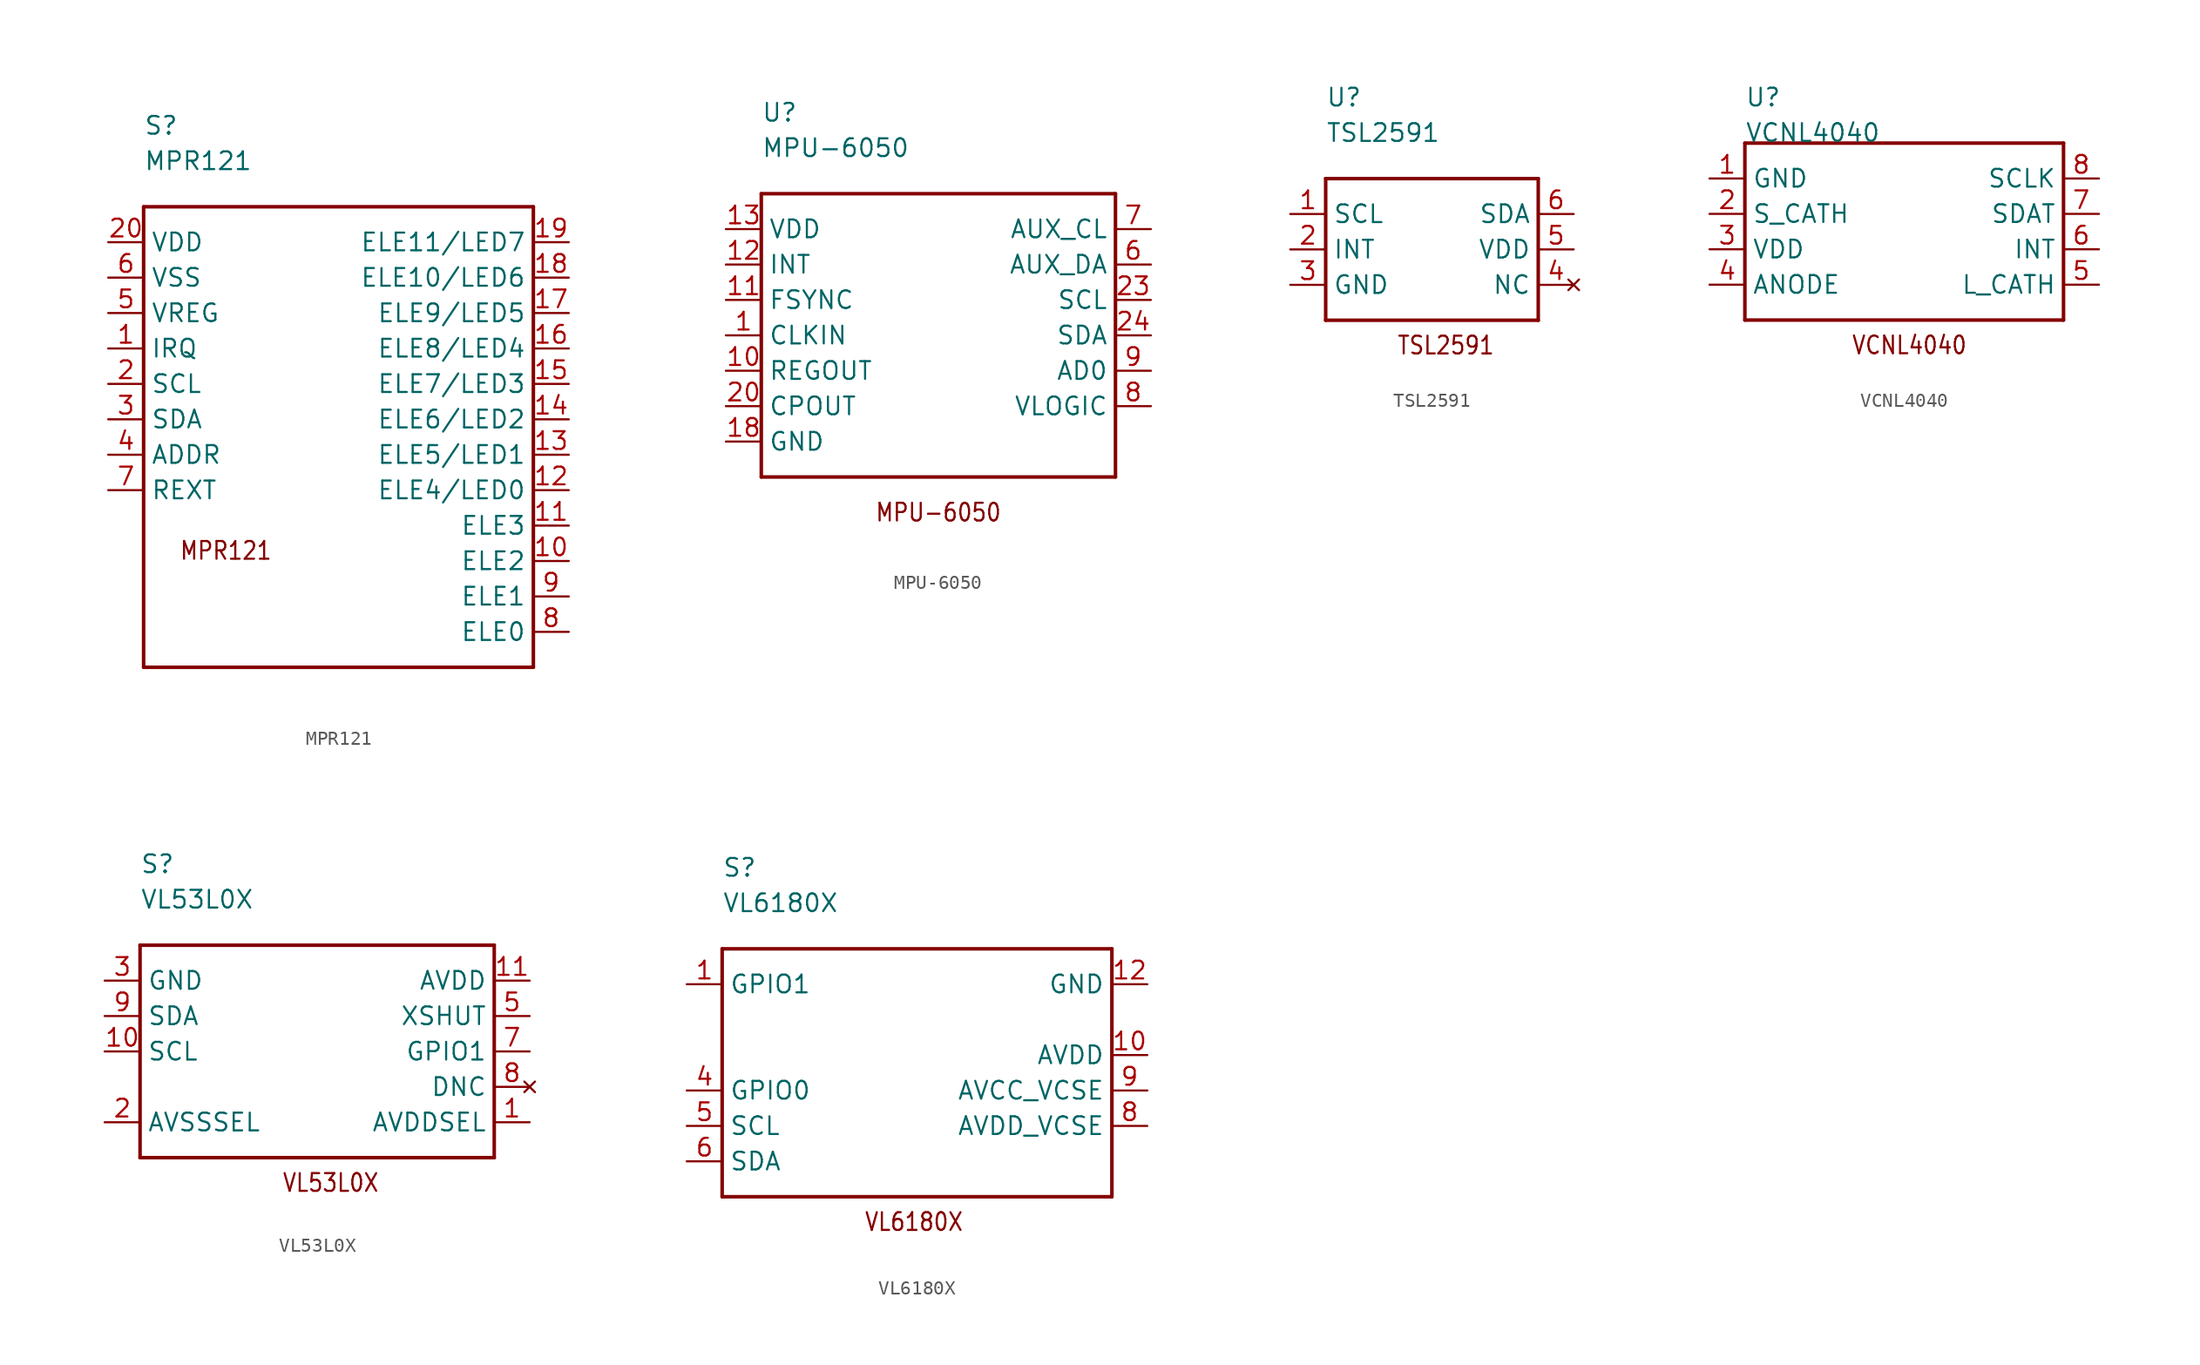
<source format=kicad_sym>
(kicad_symbol_lib
  (version 20211014)
  (generator kicad_symbol_editor)
  (symbol "MPR121"
    (pin_names)
    (property "Reference" "S"
      (at -12.7 20.32 0)
      (effects (font (size 1.27 1.27)) (justify left bottom)))
    (property "Value" "MPR121"
      (at -12.7 17.78 0)
      (effects (font (size 1.27 1.27)) (justify left bottom)))
    (property "Datasheet" ""
      (at 0 0 0))
    (property "ki_description" "MPR121  - IC CTLR TOUCH SENSOR 20-QFN   Technical Specifications:    Voltage Supply: 2v - 3.6v   Inputs: up to 12       Component Search:  [DATA SHEET NAME]   Datasheet:  MPR121 "
      (at 0 0 0))
    (property "ki_fp_filters" "FlashPCB_Sensors:20-QFN(3X3)"
      (at 0 0 0))
    (symbol "MPR121_1_1"
      (text "MPR121" (at -10.16 -10.16 0) (effects (font (size 1.27 1.086)) (justify left bottom)))
      (polyline (pts (xy -12.7 15.24) (xy 15.24 15.24)) (stroke (width 0.254)) (fill (type none)))
      (polyline (pts (xy 15.24 15.24) (xy 15.24 -17.78)) (stroke (width 0.254)) (fill (type none)))
      (polyline (pts (xy 15.24 -17.78) (xy -12.7 -17.78)) (stroke (width 0.254)) (fill (type none)))
      (polyline (pts (xy -12.7 -17.78) (xy -12.7 15.24)) (stroke (width 0.254)) (fill (type none)))
      (pin bidirectional line (at -15.24 5.08 0) (length 2.54) (name "IRQ" (effects (font (size 1.27 1.27)))) (number "1" (effects (font (size 1.27 1.27)))))
      (pin bidirectional line (at -15.24 2.54 0) (length 2.54) (name "SCL" (effects (font (size 1.27 1.27)))) (number "2" (effects (font (size 1.27 1.27)))))
      (pin bidirectional line (at -15.24 0 0) (length 2.54) (name "SDA" (effects (font (size 1.27 1.27)))) (number "3" (effects (font (size 1.27 1.27)))))
      (pin power_in line (at -15.24 -2.54 0) (length 2.54) (name "ADDR" (effects (font (size 1.27 1.27)))) (number "4" (effects (font (size 1.27 1.27)))))
      (pin power_in line (at -15.24 7.62 0) (length 2.54) (name "VREG" (effects (font (size 1.27 1.27)))) (number "5" (effects (font (size 1.27 1.27)))))
      (pin power_in line (at -15.24 10.16 0) (length 2.54) (name "VSS" (effects (font (size 1.27 1.27)))) (number "6" (effects (font (size 1.27 1.27)))))
      (pin power_in line (at -15.24 -5.08 0) (length 2.54) (name "REXT" (effects (font (size 1.27 1.27)))) (number "7" (effects (font (size 1.27 1.27)))))
      (pin bidirectional line (at 17.78 -15.24 180) (length 2.54) (name "ELE0" (effects (font (size 1.27 1.27)))) (number "8" (effects (font (size 1.27 1.27)))))
      (pin bidirectional line (at 17.78 -12.7 180) (length 2.54) (name "ELE1" (effects (font (size 1.27 1.27)))) (number "9" (effects (font (size 1.27 1.27)))))
      (pin bidirectional line (at 17.78 -10.16 180) (length 2.54) (name "ELE2" (effects (font (size 1.27 1.27)))) (number "10" (effects (font (size 1.27 1.27)))))
      (pin bidirectional line (at 17.78 -7.62 180) (length 2.54) (name "ELE3" (effects (font (size 1.27 1.27)))) (number "11" (effects (font (size 1.27 1.27)))))
      (pin bidirectional line (at 17.78 -5.08 180) (length 2.54) (name "ELE4/LED0" (effects (font (size 1.27 1.27)))) (number "12" (effects (font (size 1.27 1.27)))))
      (pin bidirectional line (at 17.78 -2.54 180) (length 2.54) (name "ELE5/LED1" (effects (font (size 1.27 1.27)))) (number "13" (effects (font (size 1.27 1.27)))))
      (pin bidirectional line (at 17.78 0 180) (length 2.54) (name "ELE6/LED2" (effects (font (size 1.27 1.27)))) (number "14" (effects (font (size 1.27 1.27)))))
      (pin bidirectional line (at 17.78 2.54 180) (length 2.54) (name "ELE7/LED3" (effects (font (size 1.27 1.27)))) (number "15" (effects (font (size 1.27 1.27)))))
      (pin bidirectional line (at 17.78 5.08 180) (length 2.54) (name "ELE8/LED4" (effects (font (size 1.27 1.27)))) (number "16" (effects (font (size 1.27 1.27)))))
      (pin bidirectional line (at 17.78 7.62 180) (length 2.54) (name "ELE9/LED5" (effects (font (size 1.27 1.27)))) (number "17" (effects (font (size 1.27 1.27)))))
      (pin bidirectional line (at 17.78 10.16 180) (length 2.54) (name "ELE10/LED6" (effects (font (size 1.27 1.27)))) (number "18" (effects (font (size 1.27 1.27)))))
      (pin bidirectional line (at 17.78 12.7 180) (length 2.54) (name "ELE11/LED7" (effects (font (size 1.27 1.27)))) (number "19" (effects (font (size 1.27 1.27)))))
      (pin power_in line (at -15.24 12.7 0) (length 2.54) (name "VDD" (effects (font (size 1.27 1.27)))) (number "20" (effects (font (size 1.27 1.27)))))))
  (symbol "MPU-6050"
    (pin_names)
    (property "Reference" "U"
      (at -12.7 17.78 0)
      (effects (font (size 1.27 1.27)) (justify left bottom)))
    (property "Value" "MPU-6050"
      (at -12.7 15.24 0)
      (effects (font (size 1.27 1.27)) (justify left bottom)))
    (property "Datasheet" ""
      (at 0 0 0))
    (property "ki_description" "MPU-6050  - Accelerometer, Gyroscope, 6 Axis Sensor IÃƒÆ’Ã¢â‚¬Å¡Ãƒâ€šÃ‚Â²C Output   Technical Specifications:    Gyroscope range: +/-250deg/s to +/-2000deg/sec   Accelerolmeter range: +/-2g to +/-16g       Component Search:  [DATA SHEET NAME]   Datasheet:  MPU-6000-Datasheet1 "
      (at 0 0 0))
    (property "ki_fp_filters" "FlashPCB_Sensors:24-QFN(4X4)-MPU60X0"
      (at 0 0 0))
    (symbol "MPU-6050_1_1"
      (text "MPU-6050" (at 0 -10.16 0) (effects (font (size 1.27 1.086))))
      (polyline (pts (xy -12.7 12.7) (xy 12.7 12.7)) (stroke (width 0.254)) (fill (type none)))
      (polyline (pts (xy 12.7 12.7) (xy 12.7 -7.62)) (stroke (width 0.254)) (fill (type none)))
      (polyline (pts (xy 12.7 -7.62) (xy -12.7 -7.62)) (stroke (width 0.254)) (fill (type none)))
      (polyline (pts (xy -12.7 -7.62) (xy -12.7 12.7)) (stroke (width 0.254)) (fill (type none)))
      (pin bidirectional line (at -15.24 2.54 0) (length 2.54) (name "CLKIN" (effects (font (size 1.27 1.27)))) (number "1" (effects (font (size 1.27 1.27)))))
      (pin bidirectional line (at -15.24 -2.54 0) (length 2.54) (name "CPOUT" (effects (font (size 1.27 1.27)))) (number "20" (effects (font (size 1.27 1.27)))))
      (pin power_in line (at -15.24 10.16 0) (length 2.54) (name "VDD" (effects (font (size 1.27 1.27)))) (number "13" (effects (font (size 1.27 1.27)))))
      (pin power_in line (at -15.24 -5.08 0) (length 2.54) (name "GND" (effects (font (size 1.27 1.27)))) (number "18" (effects (font (size 1.27 1.27)))))
      (pin power_in line (at -15.24 0 0) (length 2.54) (name "REGOUT" (effects (font (size 1.27 1.27)))) (number "10" (effects (font (size 1.27 1.27)))))
      (pin power_in line (at 15.24 -2.54 180) (length 2.54) (name "VLOGIC" (effects (font (size 1.27 1.27)))) (number "8" (effects (font (size 1.27 1.27)))))
      (pin bidirectional line (at -15.24 5.08 0) (length 2.54) (name "FSYNC" (effects (font (size 1.27 1.27)))) (number "11" (effects (font (size 1.27 1.27)))))
      (pin bidirectional line (at 15.24 7.62 180) (length 2.54) (name "AUX_DA" (effects (font (size 1.27 1.27)))) (number "6" (effects (font (size 1.27 1.27)))))
      (pin bidirectional line (at 15.24 10.16 180) (length 2.54) (name "AUX_CL" (effects (font (size 1.27 1.27)))) (number "7" (effects (font (size 1.27 1.27)))))
      (pin bidirectional line (at 15.24 2.54 180) (length 2.54) (name "SDA" (effects (font (size 1.27 1.27)))) (number "24" (effects (font (size 1.27 1.27)))))
      (pin bidirectional line (at 15.24 5.08 180) (length 2.54) (name "SCL" (effects (font (size 1.27 1.27)))) (number "23" (effects (font (size 1.27 1.27)))))
      (pin bidirectional line (at 15.24 0 180) (length 2.54) (name "AD0" (effects (font (size 1.27 1.27)))) (number "9" (effects (font (size 1.27 1.27)))))
      (pin bidirectional line (at -15.24 7.62 0) (length 2.54) (name "INT" (effects (font (size 1.27 1.27)))) (number "12" (effects (font (size 1.27 1.27)))))))
  (symbol "TSL2591"
    (pin_names)
    (property "Reference" "U"
      (at -7.62 10.16 0)
      (effects (font (size 1.27 1.27)) (justify left bottom)))
    (property "Value" "TSL2591"
      (at -7.62 7.62 0)
      (effects (font (size 1.27 1.27)) (justify left bottom)))
    (property "Datasheet" ""
      (at 0 0 0))
    (property "ki_description" "TSL2591  - Optical Sensor Ambient - IÃƒÆ’Ã¢â‚¬Å¡Ãƒâ€šÃ‚Â²C 6-WFDFN   Technical Specifications:     Dynamic Range: 600M:1   Voltage Supply: 2.7V ~ 3.6V       Component Search:  [DATA SHEET NAME]   Datasheet:  TSL2591 "
      (at 0 0 0))
    (property "ki_fp_filters" "FlashPCB_Sensors:TSL2591"
      (at 0 0 0))
    (symbol "TSL2591_1_1"
      (text "TSL2591" (at -2.54 -7.62 0) (effects (font (size 1.27 1.086)) (justify left bottom)))
      (polyline (pts (xy -7.62 5.08) (xy 7.62 5.08)) (stroke (width 0.254)) (fill (type none)))
      (polyline (pts (xy 7.62 5.08) (xy 7.62 -5.08)) (stroke (width 0.254)) (fill (type none)))
      (polyline (pts (xy 7.62 -5.08) (xy -7.62 -5.08)) (stroke (width 0.254)) (fill (type none)))
      (polyline (pts (xy -7.62 -5.08) (xy -7.62 5.08)) (stroke (width 0.254)) (fill (type none)))
      (pin power_in line (at 10.16 0 180) (length 2.54) (name "VDD" (effects (font (size 1.27 1.27)))) (number "5" (effects (font (size 1.27 1.27)))))
      (pin power_in line (at -10.16 -2.54 0) (length 2.54) (name "GND" (effects (font (size 1.27 1.27)))) (number "3" (effects (font (size 1.27 1.27)))))
      (pin bidirectional line (at -10.16 0 0) (length 2.54) (name "INT" (effects (font (size 1.27 1.27)))) (number "2" (effects (font (size 1.27 1.27)))))
      (pin bidirectional line (at -10.16 2.54 0) (length 2.54) (name "SCL" (effects (font (size 1.27 1.27)))) (number "1" (effects (font (size 1.27 1.27)))))
      (pin bidirectional line (at 10.16 2.54 180) (length 2.54) (name "SDA" (effects (font (size 1.27 1.27)))) (number "6" (effects (font (size 1.27 1.27)))))
      (pin no_connect line (at 10.16 -2.54 180) (length 2.54) (name "NC" (effects (font (size 1.27 1.27)))) (number "4" (effects (font (size 1.27 1.27)))))))
  (symbol "VCNL4040"
    (pin_names)
    (property "Reference" "U"
      (at -10.16 10.16 0)
      (effects (font (size 1.27 1.27)) (justify left bottom)))
    (property "Value" "VCNL4040"
      (at -10.16 7.62 0)
      (effects (font (size 1.27 1.27)) (justify left bottom)))
    (property "Datasheet" ""
      (at 0 0 0))
    (property "ki_description" "VCNL4040M3OE  -Optical Sensor Ambient 550nm IÃƒÆ’Ã¢â‚¬Å¡Ãƒâ€šÃ‚Â²C 8-SMD Module   Technical Specifications:    Voltage Supply: 2.5v - 3.6v       Component Search:  [DATA SHEET NAME]   Datasheet:  vcnl4040.pdf "
      (at 0 0 0))
    (property "ki_fp_filters" "FlashPCB_Sensors:VCNL4040M3OE"
      (at 0 0 0))
    (symbol "VCNL4040_1_1"
      (text "VCNL4040" (at -2.54 -7.62 0) (effects (font (size 1.27 1.086)) (justify left bottom)))
      (polyline (pts (xy -10.16 7.62) (xy 12.7 7.62)) (stroke (width 0.254)) (fill (type none)))
      (polyline (pts (xy 12.7 7.62) (xy 12.7 -5.08)) (stroke (width 0.254)) (fill (type none)))
      (polyline (pts (xy 12.7 -5.08) (xy -10.16 -5.08)) (stroke (width 0.254)) (fill (type none)))
      (polyline (pts (xy -10.16 -5.08) (xy -10.16 7.62)) (stroke (width 0.254)) (fill (type none)))
      (pin power_in line (at -12.7 5.08 0) (length 2.54) (name "GND" (effects (font (size 1.27 1.27)))) (number "1" (effects (font (size 1.27 1.27)))))
      (pin bidirectional line (at -12.7 2.54 0) (length 2.54) (name "S_CATH" (effects (font (size 1.27 1.27)))) (number "2" (effects (font (size 1.27 1.27)))))
      (pin power_in line (at -12.7 0 0) (length 2.54) (name "VDD" (effects (font (size 1.27 1.27)))) (number "3" (effects (font (size 1.27 1.27)))))
      (pin bidirectional line (at -12.7 -2.54 0) (length 2.54) (name "ANODE" (effects (font (size 1.27 1.27)))) (number "4" (effects (font (size 1.27 1.27)))))
      (pin bidirectional line (at 15.24 5.08 180) (length 2.54) (name "SCLK" (effects (font (size 1.27 1.27)))) (number "8" (effects (font (size 1.27 1.27)))))
      (pin bidirectional line (at 15.24 2.54 180) (length 2.54) (name "SDAT" (effects (font (size 1.27 1.27)))) (number "7" (effects (font (size 1.27 1.27)))))
      (pin bidirectional line (at 15.24 0 180) (length 2.54) (name "INT" (effects (font (size 1.27 1.27)))) (number "6" (effects (font (size 1.27 1.27)))))
      (pin bidirectional line (at 15.24 -2.54 180) (length 2.54) (name "L_CATH" (effects (font (size 1.27 1.27)))) (number "5" (effects (font (size 1.27 1.27)))))))
  (symbol "VL53L0X"
    (pin_names)
    (property "Reference" "S"
      (at -12.7 12.7 0)
      (effects (font (size 1.27 1.27)) (justify left bottom)))
    (property "Value" "VL53L0X"
      (at -12.7 10.16 0)
      (effects (font (size 1.27 1.27)) (justify left bottom)))
    (property "Datasheet" ""
      (at 0 0 0))
    (property "ki_description" "VL53L0X   - VL53L0X Time of Flight Distance Sensor 30 to 1000mm   Technical Specifications:    Laser: 940nm VCSEL   Range: Up to 2m       Component Search:  [DATA SHEET NAME]   Datasheet:  WorldÃƒÆ’Ã‚Â¢ÃƒÂ¢Ã¢â‚¬Å¡Ã‚Â¬ÃƒÂ¢Ã¢â‚¬Å¾Ã‚Â¢s smallest Time-of-Flight ranging and gesture detection senso "
      (at 0 0 0))
    (property "ki_fp_filters" "FlashPCB_Sensors:VL53L0X"
      (at 0 0 0))
    (symbol "VL53L0X_1_1"
      (text "VL53L0X" (at -2.54 -10.16 0) (effects (font (size 1.27 1.086)) (justify left bottom)))
      (polyline (pts (xy -12.7 7.62) (xy 12.7 7.62)) (stroke (width 0.254)) (fill (type none)))
      (polyline (pts (xy 12.7 7.62) (xy 12.7 -7.62)) (stroke (width 0.254)) (fill (type none)))
      (polyline (pts (xy 12.7 -7.62) (xy -12.7 -7.62)) (stroke (width 0.254)) (fill (type none)))
      (polyline (pts (xy -12.7 -7.62) (xy -12.7 7.62)) (stroke (width 0.254)) (fill (type none)))
      (pin power_in line (at -15.24 5.08 0) (length 2.54) (name "GND" (effects (font (size 1.27 1.27)))) (number "3" (effects (font (size 1.27 1.27)))))
      (pin power_in line (at -15.24 5.08 0) (length 2.54) hide (name "GND" (effects (font (size 1.27 1.27)))) (number "4" (effects (font (size 1.27 1.27)))))
      (pin power_in line (at -15.24 5.08 0) (length 2.54) hide (name "GND" (effects (font (size 1.27 1.27)))) (number "6" (effects (font (size 1.27 1.27)))))
      (pin power_in line (at -15.24 5.08 0) (length 2.54) hide (name "GND" (effects (font (size 1.27 1.27)))) (number "12" (effects (font (size 1.27 1.27)))))
      (pin bidirectional line (at -15.24 2.54 0) (length 2.54) (name "SDA" (effects (font (size 1.27 1.27)))) (number "9" (effects (font (size 1.27 1.27)))))
      (pin bidirectional line (at -15.24 0 0) (length 2.54) (name "SCL" (effects (font (size 1.27 1.27)))) (number "10" (effects (font (size 1.27 1.27)))))
      (pin power_in line (at -15.24 -5.08 0) (length 2.54) (name "AVSSSEL" (effects (font (size 1.27 1.27)))) (number "2" (effects (font (size 1.27 1.27)))))
      (pin power_in line (at 15.24 5.08 180) (length 2.54) (name "AVDD" (effects (font (size 1.27 1.27)))) (number "11" (effects (font (size 1.27 1.27)))))
      (pin bidirectional line (at 15.24 2.54 180) (length 2.54) (name "XSHUT" (effects (font (size 1.27 1.27)))) (number "5" (effects (font (size 1.27 1.27)))))
      (pin bidirectional line (at 15.24 0 180) (length 2.54) (name "GPIO1" (effects (font (size 1.27 1.27)))) (number "7" (effects (font (size 1.27 1.27)))))
      (pin power_in line (at 15.24 -5.08 180) (length 2.54) (name "AVDDSEL" (effects (font (size 1.27 1.27)))) (number "1" (effects (font (size 1.27 1.27)))))
      (pin no_connect line (at 15.24 -2.54 180) (length 2.54) (name "DNC" (effects (font (size 1.27 1.27)))) (number "8" (effects (font (size 1.27 1.27)))))))
  (symbol "VL6180X"
    (pin_names)
    (property "Reference" "S"
      (at -12.7 15.24 0)
      (effects (font (size 1.27 1.27)) (justify left bottom)))
    (property "Value" "VL6180X"
      (at -12.7 12.7 0)
      (effects (font (size 1.27 1.27)) (justify left bottom)))
    (property "Datasheet" ""
      (at 0 0 0))
    (property "ki_description" "VL6180X  - Time of Flight distance sensor   Technical Specifications:    Range: 0 to 62cm   Voltage Range: 2.6v - 3.3v       Component Search:  [DATA SHEET NAME]   Datasheet:  Proximity sensing module "
      (at 0 0 0))
    (property "ki_fp_filters" "FlashPCB_Sensors:VL6180X"
      (at 0 0 0))
    (symbol "VL6180X_1_1"
      (text "VL6180X" (at -2.54 -10.16 0) (effects (font (size 1.27 1.086)) (justify left bottom)))
      (polyline (pts (xy -12.7 10.16) (xy 15.24 10.16)) (stroke (width 0.254)) (fill (type none)))
      (polyline (pts (xy 15.24 10.16) (xy 15.24 -7.62)) (stroke (width 0.254)) (fill (type none)))
      (polyline (pts (xy 15.24 -7.62) (xy -12.7 -7.62)) (stroke (width 0.254)) (fill (type none)))
      (polyline (pts (xy -12.7 -7.62) (xy -12.7 10.16)) (stroke (width 0.254)) (fill (type none)))
      (pin bidirectional line (at -15.24 7.62 0) (length 2.54) (name "GPIO1" (effects (font (size 1.27 1.27)))) (number "1" (effects (font (size 1.27 1.27)))))
      (pin bidirectional line (at -15.24 0 0) (length 2.54) (name "GPIO0" (effects (font (size 1.27 1.27)))) (number "4" (effects (font (size 1.27 1.27)))))
      (pin input line (at -15.24 -2.54 0) (length 2.54) (name "SCL" (effects (font (size 1.27 1.27)))) (number "5" (effects (font (size 1.27 1.27)))))
      (pin bidirectional line (at -15.24 -5.08 0) (length 2.54) (name "SDA" (effects (font (size 1.27 1.27)))) (number "6" (effects (font (size 1.27 1.27)))))
      (pin power_in line (at 17.78 7.62 180) (length 2.54) (name "GND" (effects (font (size 1.27 1.27)))) (number "12" (effects (font (size 1.27 1.27)))))
      (pin power_in line (at 17.78 2.54 180) (length 2.54) (name "AVDD" (effects (font (size 1.27 1.27)))) (number "10" (effects (font (size 1.27 1.27)))))
      (pin power_in line (at 17.78 0 180) (length 2.54) (name "AVCC_VCSE" (effects (font (size 1.27 1.27)))) (number "9" (effects (font (size 1.27 1.27)))))
      (pin power_in line (at 17.78 -2.54 180) (length 2.54) (name "AVDD_VCSE" (effects (font (size 1.27 1.27)))) (number "8" (effects (font (size 1.27 1.27))))))))
</source>
